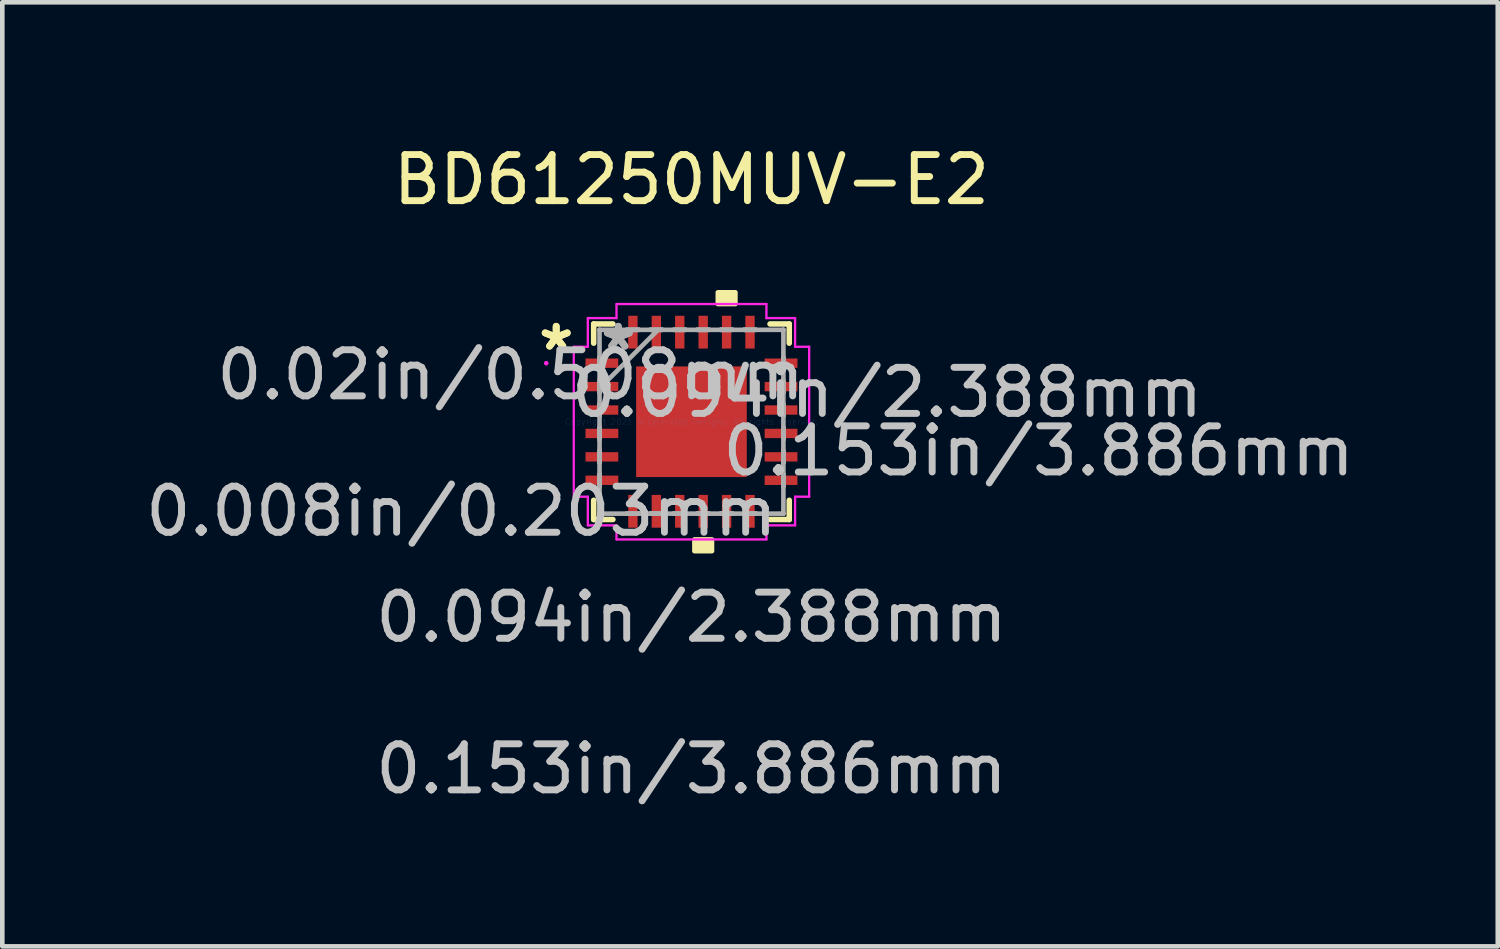
<source format=kicad_pcb>
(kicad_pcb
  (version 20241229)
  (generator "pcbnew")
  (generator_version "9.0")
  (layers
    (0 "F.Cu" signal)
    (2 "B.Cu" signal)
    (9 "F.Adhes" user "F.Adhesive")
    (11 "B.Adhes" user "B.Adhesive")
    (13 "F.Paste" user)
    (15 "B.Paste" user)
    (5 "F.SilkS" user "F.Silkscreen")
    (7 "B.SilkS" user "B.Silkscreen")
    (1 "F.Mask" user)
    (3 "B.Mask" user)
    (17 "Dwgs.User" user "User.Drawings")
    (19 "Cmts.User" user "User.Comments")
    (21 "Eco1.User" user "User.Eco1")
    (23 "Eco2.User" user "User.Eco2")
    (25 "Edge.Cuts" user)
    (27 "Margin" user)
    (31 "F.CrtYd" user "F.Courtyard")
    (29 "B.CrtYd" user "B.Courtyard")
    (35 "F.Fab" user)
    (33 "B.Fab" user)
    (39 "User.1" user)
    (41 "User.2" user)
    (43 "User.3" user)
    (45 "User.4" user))
  (footprint "BD61250MUV-E2"
    (layer "F.Cu")
    (at 11.949 6.098)
    (property "Reference" "BD61250MUV-E2" (at 0 -5.25 0) (layer "F.SilkS") (effects (font (size 1 1) (thickness 0.15))))
    (attr through_hole)
    (fp_poly (pts (xy 1.2 1.2) (xy -1.2 1.2) (xy -1.2 -1.2) (xy 1.2 -1.2)) (stroke (width 0) (type solid)) (fill yes) (layer "F.Cu"))
    (fp_poly (pts (xy 1.2 1.2) (xy -1.2 1.2) (xy -1.2 -1.2) (xy 1.2 -1.2)) (stroke (width 0) (type solid)) (fill yes) (layer "F.Mask"))
    (fp_line (start -2.121 -2.121) (end -2.121 -1.704) (stroke (width 0.12) (type solid)) (layer "F.SilkS"))
    (fp_line (start -2.121 1.704) (end -2.121 2.121) (stroke (width 0.12) (type solid)) (layer "F.SilkS"))
    (fp_line (start -2.121 2.121) (end -1.704 2.121) (stroke (width 0.12) (type solid)) (layer "F.SilkS"))
    (fp_line (start -1.704 -2.121) (end -2.121 -2.121) (stroke (width 0.12) (type solid)) (layer "F.SilkS"))
    (fp_line (start 1.704 2.121) (end 2.121 2.121) (stroke (width 0.12) (type solid)) (layer "F.SilkS"))
    (fp_line (start 2.121 -2.121) (end 1.704 -2.121) (stroke (width 0.12) (type solid)) (layer "F.SilkS"))
    (fp_line (start 2.121 -1.704) (end 2.121 -2.121) (stroke (width 0.12) (type solid)) (layer "F.SilkS"))
    (fp_line (start 2.121 2.121) (end 2.121 1.704) (stroke (width 0.12) (type solid)) (layer "F.SilkS"))
    (fp_poly (pts (xy 0.064 2.553) (xy 0.064 2.807) (xy 0.445 2.807) (xy 0.445 2.553)) (stroke (width 0.1) (type solid)) (fill yes) (layer "F.SilkS"))
    (fp_poly (pts (xy 0.572 -2.553) (xy 0.572 -2.807) (xy 0.953 -2.807) (xy 0.953 -2.553)) (stroke (width 0.1) (type solid)) (fill yes) (layer "F.SilkS"))
    (fp_poly (pts (xy -0.3 -0.3) (xy -0.9 -0.3) (xy -0.9 -0.9) (xy -0.3 -0.9)) (stroke (width 0) (type solid)) (fill yes) (layer "F.Paste"))
    (fp_poly (pts (xy -0.3 0.9) (xy -0.9 0.9) (xy -0.9 0.3) (xy -0.3 0.3)) (stroke (width 0) (type solid)) (fill yes) (layer "F.Paste"))
    (fp_poly (pts (xy 0.9 -0.3) (xy 0.3 -0.3) (xy 0.3 -0.9) (xy 0.9 -0.9)) (stroke (width 0) (type solid)) (fill yes) (layer "F.Paste"))
    (fp_poly (pts (xy 0.9 0.9) (xy 0.3 0.9) (xy 0.3 0.3) (xy 0.9 0.3)) (stroke (width 0) (type solid)) (fill yes) (layer "F.Paste"))
    (fp_line (start -2.553 -1.626) (end -2.248 -1.626) (stroke (width 0.05) (type solid)) (layer "F.CrtYd"))
    (fp_line (start -2.553 1.626) (end -2.553 -1.626) (stroke (width 0.05) (type solid)) (layer "F.CrtYd"))
    (fp_line (start -2.248 -2.248) (end -1.626 -2.248) (stroke (width 0.05) (type solid)) (layer "F.CrtYd"))
    (fp_line (start -2.248 -1.626) (end -2.248 -2.248) (stroke (width 0.05) (type solid)) (layer "F.CrtYd"))
    (fp_line (start -2.248 1.626) (end -2.553 1.626) (stroke (width 0.05) (type solid)) (layer "F.CrtYd"))
    (fp_line (start -2.248 2.248) (end -2.248 1.626) (stroke (width 0.05) (type solid)) (layer "F.CrtYd"))
    (fp_line (start -1.626 -2.553) (end 1.626 -2.553) (stroke (width 0.05) (type solid)) (layer "F.CrtYd"))
    (fp_line (start -1.626 -2.248) (end -1.626 -2.553) (stroke (width 0.05) (type solid)) (layer "F.CrtYd"))
    (fp_line (start -1.626 2.248) (end -2.248 2.248) (stroke (width 0.05) (type solid)) (layer "F.CrtYd"))
    (fp_line (start -1.626 2.553) (end -1.626 2.248) (stroke (width 0.05) (type solid)) (layer "F.CrtYd"))
    (fp_line (start 1.626 -2.553) (end 1.626 -2.248) (stroke (width 0.05) (type solid)) (layer "F.CrtYd"))
    (fp_line (start 1.626 -2.248) (end 2.248 -2.248) (stroke (width 0.05) (type solid)) (layer "F.CrtYd"))
    (fp_line (start 1.626 2.248) (end 1.626 2.553) (stroke (width 0.05) (type solid)) (layer "F.CrtYd"))
    (fp_line (start 1.626 2.553) (end -1.626 2.553) (stroke (width 0.05) (type solid)) (layer "F.CrtYd"))
    (fp_line (start 2.248 -2.248) (end 2.248 -1.626) (stroke (width 0.05) (type solid)) (layer "F.CrtYd"))
    (fp_line (start 2.248 -1.626) (end 2.553 -1.626) (stroke (width 0.05) (type solid)) (layer "F.CrtYd"))
    (fp_line (start 2.248 1.626) (end 2.248 2.248) (stroke (width 0.05) (type solid)) (layer "F.CrtYd"))
    (fp_line (start 2.248 2.248) (end 1.626 2.248) (stroke (width 0.05) (type solid)) (layer "F.CrtYd"))
    (fp_line (start 2.553 -1.626) (end 2.553 1.626) (stroke (width 0.05) (type solid)) (layer "F.CrtYd"))
    (fp_line (start 2.553 1.626) (end 2.248 1.626) (stroke (width 0.05) (type solid)) (layer "F.CrtYd"))
    (fp_circle (center -3.15 -1.27) (end -3.15 -1.27) (stroke (width 0.05) (type solid)) (fill no) (layer "F.CrtYd"))
    (fp_line (start -1.994 -1.994) (end -1.994 -1.994) (stroke (width 0.1) (type solid)) (layer "F.Fab"))
    (fp_line (start -1.994 -1.994) (end -1.994 1.994) (stroke (width 0.1) (type solid)) (layer "F.Fab"))
    (fp_line (start -1.994 -1.397) (end -1.994 -1.397) (stroke (width 0.1) (type solid)) (layer "F.Fab"))
    (fp_line (start -1.994 -1.397) (end -1.994 -1.143) (stroke (width 0.1) (type solid)) (layer "F.Fab"))
    (fp_line (start -1.994 -1.143) (end -1.994 -1.397) (stroke (width 0.1) (type solid)) (layer "F.Fab"))
    (fp_line (start -1.994 -1.143) (end -1.994 -1.143) (stroke (width 0.1) (type solid)) (layer "F.Fab"))
    (fp_line (start -1.994 -0.889) (end -1.994 -0.889) (stroke (width 0.1) (type solid)) (layer "F.Fab"))
    (fp_line (start -1.994 -0.889) (end -1.994 -0.635) (stroke (width 0.1) (type solid)) (layer "F.Fab"))
    (fp_line (start -1.994 -0.724) (end -0.724 -1.994) (stroke (width 0.1) (type solid)) (layer "F.Fab"))
    (fp_line (start -1.994 -0.635) (end -1.994 -0.889) (stroke (width 0.1) (type solid)) (layer "F.Fab"))
    (fp_line (start -1.994 -0.635) (end -1.994 -0.635) (stroke (width 0.1) (type solid)) (layer "F.Fab"))
    (fp_line (start -1.994 -0.381) (end -1.994 -0.381) (stroke (width 0.1) (type solid)) (layer "F.Fab"))
    (fp_line (start -1.994 -0.381) (end -1.994 -0.127) (stroke (width 0.1) (type solid)) (layer "F.Fab"))
    (fp_line (start -1.994 -0.127) (end -1.994 -0.381) (stroke (width 0.1) (type solid)) (layer "F.Fab"))
    (fp_line (start -1.994 -0.127) (end -1.994 -0.127) (stroke (width 0.1) (type solid)) (layer "F.Fab"))
    (fp_line (start -1.994 0.127) (end -1.994 0.127) (stroke (width 0.1) (type solid)) (layer "F.Fab"))
    (fp_line (start -1.994 0.127) (end -1.994 0.381) (stroke (width 0.1) (type solid)) (layer "F.Fab"))
    (fp_line (start -1.994 0.381) (end -1.994 0.127) (stroke (width 0.1) (type solid)) (layer "F.Fab"))
    (fp_line (start -1.994 0.381) (end -1.994 0.381) (stroke (width 0.1) (type solid)) (layer "F.Fab"))
    (fp_line (start -1.994 0.635) (end -1.994 0.635) (stroke (width 0.1) (type solid)) (layer "F.Fab"))
    (fp_line (start -1.994 0.635) (end -1.994 0.889) (stroke (width 0.1) (type solid)) (layer "F.Fab"))
    (fp_line (start -1.994 0.889) (end -1.994 0.635) (stroke (width 0.1) (type solid)) (layer "F.Fab"))
    (fp_line (start -1.994 0.889) (end -1.994 0.889) (stroke (width 0.1) (type solid)) (layer "F.Fab"))
    (fp_line (start -1.994 1.143) (end -1.994 1.143) (stroke (width 0.1) (type solid)) (layer "F.Fab"))
    (fp_line (start -1.994 1.143) (end -1.994 1.397) (stroke (width 0.1) (type solid)) (layer "F.Fab"))
    (fp_line (start -1.994 1.397) (end -1.994 1.143) (stroke (width 0.1) (type solid)) (layer "F.Fab"))
    (fp_line (start -1.994 1.397) (end -1.994 1.397) (stroke (width 0.1) (type solid)) (layer "F.Fab"))
    (fp_line (start -1.994 1.994) (end -1.994 1.994) (stroke (width 0.1) (type solid)) (layer "F.Fab"))
    (fp_line (start -1.994 1.994) (end 1.994 1.994) (stroke (width 0.1) (type solid)) (layer "F.Fab"))
    (fp_line (start -1.397 -1.994) (end -1.397 -1.994) (stroke (width 0.1) (type solid)) (layer "F.Fab"))
    (fp_line (start -1.397 -1.994) (end -1.143 -1.994) (stroke (width 0.1) (type solid)) (layer "F.Fab"))
    (fp_line (start -1.397 1.994) (end -1.397 1.994) (stroke (width 0.1) (type solid)) (layer "F.Fab"))
    (fp_line (start -1.397 1.994) (end -1.143 1.994) (stroke (width 0.1) (type solid)) (layer "F.Fab"))
    (fp_line (start -1.143 -1.994) (end -1.397 -1.994) (stroke (width 0.1) (type solid)) (layer "F.Fab"))
    (fp_line (start -1.143 -1.994) (end -1.143 -1.994) (stroke (width 0.1) (type solid)) (layer "F.Fab"))
    (fp_line (start -1.143 1.994) (end -1.397 1.994) (stroke (width 0.1) (type solid)) (layer "F.Fab"))
    (fp_line (start -1.143 1.994) (end -1.143 1.994) (stroke (width 0.1) (type solid)) (layer "F.Fab"))
    (fp_line (start -0.889 -1.994) (end -0.889 -1.994) (stroke (width 0.1) (type solid)) (layer "F.Fab"))
    (fp_line (start -0.889 -1.994) (end -0.635 -1.994) (stroke (width 0.1) (type solid)) (layer "F.Fab"))
    (fp_line (start -0.889 1.994) (end -0.889 1.994) (stroke (width 0.1) (type solid)) (layer "F.Fab"))
    (fp_line (start -0.889 1.994) (end -0.635 1.994) (stroke (width 0.1) (type solid)) (layer "F.Fab"))
    (fp_line (start -0.635 -1.994) (end -0.889 -1.994) (stroke (width 0.1) (type solid)) (layer "F.Fab"))
    (fp_line (start -0.635 -1.994) (end -0.635 -1.994) (stroke (width 0.1) (type solid)) (layer "F.Fab"))
    (fp_line (start -0.635 1.994) (end -0.889 1.994) (stroke (width 0.1) (type solid)) (layer "F.Fab"))
    (fp_line (start -0.635 1.994) (end -0.635 1.994) (stroke (width 0.1) (type solid)) (layer "F.Fab"))
    (fp_line (start -0.381 -1.994) (end -0.381 -1.994) (stroke (width 0.1) (type solid)) (layer "F.Fab"))
    (fp_line (start -0.381 -1.994) (end -0.127 -1.994) (stroke (width 0.1) (type solid)) (layer "F.Fab"))
    (fp_line (start -0.381 1.994) (end -0.381 1.994) (stroke (width 0.1) (type solid)) (layer "F.Fab"))
    (fp_line (start -0.381 1.994) (end -0.127 1.994) (stroke (width 0.1) (type solid)) (layer "F.Fab"))
    (fp_line (start -0.127 -1.994) (end -0.381 -1.994) (stroke (width 0.1) (type solid)) (layer "F.Fab"))
    (fp_line (start -0.127 -1.994) (end -0.127 -1.994) (stroke (width 0.1) (type solid)) (layer "F.Fab"))
    (fp_line (start -0.127 1.994) (end -0.381 1.994) (stroke (width 0.1) (type solid)) (layer "F.Fab"))
    (fp_line (start -0.127 1.994) (end -0.127 1.994) (stroke (width 0.1) (type solid)) (layer "F.Fab"))
    (fp_line (start 0.127 -1.994) (end 0.127 -1.994) (stroke (width 0.1) (type solid)) (layer "F.Fab"))
    (fp_line (start 0.127 -1.994) (end 0.381 -1.994) (stroke (width 0.1) (type solid)) (layer "F.Fab"))
    (fp_line (start 0.127 1.994) (end 0.127 1.994) (stroke (width 0.1) (type solid)) (layer "F.Fab"))
    (fp_line (start 0.127 1.994) (end 0.381 1.994) (stroke (width 0.1) (type solid)) (layer "F.Fab"))
    (fp_line (start 0.381 -1.994) (end 0.127 -1.994) (stroke (width 0.1) (type solid)) (layer "F.Fab"))
    (fp_line (start 0.381 -1.994) (end 0.381 -1.994) (stroke (width 0.1) (type solid)) (layer "F.Fab"))
    (fp_line (start 0.381 1.994) (end 0.127 1.994) (stroke (width 0.1) (type solid)) (layer "F.Fab"))
    (fp_line (start 0.381 1.994) (end 0.381 1.994) (stroke (width 0.1) (type solid)) (layer "F.Fab"))
    (fp_line (start 0.635 -1.994) (end 0.635 -1.994) (stroke (width 0.1) (type solid)) (layer "F.Fab"))
    (fp_line (start 0.635 -1.994) (end 0.889 -1.994) (stroke (width 0.1) (type solid)) (layer "F.Fab"))
    (fp_line (start 0.635 1.994) (end 0.635 1.994) (stroke (width 0.1) (type solid)) (layer "F.Fab"))
    (fp_line (start 0.635 1.994) (end 0.889 1.994) (stroke (width 0.1) (type solid)) (layer "F.Fab"))
    (fp_line (start 0.889 -1.994) (end 0.635 -1.994) (stroke (width 0.1) (type solid)) (layer "F.Fab"))
    (fp_line (start 0.889 -1.994) (end 0.889 -1.994) (stroke (width 0.1) (type solid)) (layer "F.Fab"))
    (fp_line (start 0.889 1.994) (end 0.635 1.994) (stroke (width 0.1) (type solid)) (layer "F.Fab"))
    (fp_line (start 0.889 1.994) (end 0.889 1.994) (stroke (width 0.1) (type solid)) (layer "F.Fab"))
    (fp_line (start 1.143 -1.994) (end 1.143 -1.994) (stroke (width 0.1) (type solid)) (layer "F.Fab"))
    (fp_line (start 1.143 -1.994) (end 1.397 -1.994) (stroke (width 0.1) (type solid)) (layer "F.Fab"))
    (fp_line (start 1.143 1.994) (end 1.143 1.994) (stroke (width 0.1) (type solid)) (layer "F.Fab"))
    (fp_line (start 1.143 1.994) (end 1.397 1.994) (stroke (width 0.1) (type solid)) (layer "F.Fab"))
    (fp_line (start 1.397 -1.994) (end 1.143 -1.994) (stroke (width 0.1) (type solid)) (layer "F.Fab"))
    (fp_line (start 1.397 -1.994) (end 1.397 -1.994) (stroke (width 0.1) (type solid)) (layer "F.Fab"))
    (fp_line (start 1.397 1.994) (end 1.143 1.994) (stroke (width 0.1) (type solid)) (layer "F.Fab"))
    (fp_line (start 1.397 1.994) (end 1.397 1.994) (stroke (width 0.1) (type solid)) (layer "F.Fab"))
    (fp_line (start 1.994 -1.994) (end -1.994 -1.994) (stroke (width 0.1) (type solid)) (layer "F.Fab"))
    (fp_line (start 1.994 -1.994) (end 1.994 -1.994) (stroke (width 0.1) (type solid)) (layer "F.Fab"))
    (fp_line (start 1.994 -1.397) (end 1.994 -1.397) (stroke (width 0.1) (type solid)) (layer "F.Fab"))
    (fp_line (start 1.994 -1.397) (end 1.994 -1.143) (stroke (width 0.1) (type solid)) (layer "F.Fab"))
    (fp_line (start 1.994 -1.143) (end 1.994 -1.397) (stroke (width 0.1) (type solid)) (layer "F.Fab"))
    (fp_line (start 1.994 -1.143) (end 1.994 -1.143) (stroke (width 0.1) (type solid)) (layer "F.Fab"))
    (fp_line (start 1.994 -0.889) (end 1.994 -0.889) (stroke (width 0.1) (type solid)) (layer "F.Fab"))
    (fp_line (start 1.994 -0.889) (end 1.994 -0.635) (stroke (width 0.1) (type solid)) (layer "F.Fab"))
    (fp_line (start 1.994 -0.635) (end 1.994 -0.889) (stroke (width 0.1) (type solid)) (layer "F.Fab"))
    (fp_line (start 1.994 -0.635) (end 1.994 -0.635) (stroke (width 0.1) (type solid)) (layer "F.Fab"))
    (fp_line (start 1.994 -0.381) (end 1.994 -0.381) (stroke (width 0.1) (type solid)) (layer "F.Fab"))
    (fp_line (start 1.994 -0.381) (end 1.994 -0.127) (stroke (width 0.1) (type solid)) (layer "F.Fab"))
    (fp_line (start 1.994 -0.127) (end 1.994 -0.381) (stroke (width 0.1) (type solid)) (layer "F.Fab"))
    (fp_line (start 1.994 -0.127) (end 1.994 -0.127) (stroke (width 0.1) (type solid)) (layer "F.Fab"))
    (fp_line (start 1.994 0.127) (end 1.994 0.127) (stroke (width 0.1) (type solid)) (layer "F.Fab"))
    (fp_line (start 1.994 0.127) (end 1.994 0.381) (stroke (width 0.1) (type solid)) (layer "F.Fab"))
    (fp_line (start 1.994 0.381) (end 1.994 0.127) (stroke (width 0.1) (type solid)) (layer "F.Fab"))
    (fp_line (start 1.994 0.381) (end 1.994 0.381) (stroke (width 0.1) (type solid)) (layer "F.Fab"))
    (fp_line (start 1.994 0.635) (end 1.994 0.635) (stroke (width 0.1) (type solid)) (layer "F.Fab"))
    (fp_line (start 1.994 0.635) (end 1.994 0.889) (stroke (width 0.1) (type solid)) (layer "F.Fab"))
    (fp_line (start 1.994 0.889) (end 1.994 0.635) (stroke (width 0.1) (type solid)) (layer "F.Fab"))
    (fp_line (start 1.994 0.889) (end 1.994 0.889) (stroke (width 0.1) (type solid)) (layer "F.Fab"))
    (fp_line (start 1.994 1.143) (end 1.994 1.143) (stroke (width 0.1) (type solid)) (layer "F.Fab"))
    (fp_line (start 1.994 1.143) (end 1.994 1.397) (stroke (width 0.1) (type solid)) (layer "F.Fab"))
    (fp_line (start 1.994 1.397) (end 1.994 1.143) (stroke (width 0.1) (type solid)) (layer "F.Fab"))
    (fp_line (start 1.994 1.397) (end 1.994 1.397) (stroke (width 0.1) (type solid)) (layer "F.Fab"))
    (fp_line (start 1.994 1.994) (end 1.994 -1.994) (stroke (width 0.1) (type solid)) (layer "F.Fab"))
    (fp_line (start 1.994 1.994) (end 1.994 1.994) (stroke (width 0.1) (type solid)) (layer "F.Fab"))
    (fp_text user "*" (at -2.934 -1.524 0) (layer "F.SilkS") (effects (font (size 1 1) (thickness 0.15))))
    (fp_text user "*" (at -2.934 -1.524 0) (layer "F.SilkS") (effects (font (size 1 1) (thickness 0.15))))
    (fp_text user "0.008in/0.203mm" (at -4.991 1.943 0) (layer "Dwgs.User") (effects (font (size 1 1) (thickness 0.15))))
    (fp_text user "0.094in/2.388mm" (at 0 4.242 0) (layer "Dwgs.User") (effects (font (size 1 1) (thickness 0.15))))
    (fp_text user "0.02in/0.508mm" (at -3.924 -1.016 0) (layer "Dwgs.User") (effects (font (size 1 1) (thickness 0.15))))
    (fp_text user "0.094in/2.388mm" (at 4.242 -0.635 0) (layer "Dwgs.User") (effects (font (size 1 1) (thickness 0.15))))
    (fp_text user "0.153in/3.886mm" (at 7.531 0.635 0) (layer "Dwgs.User") (effects (font (size 1 1) (thickness 0.15))))
    (fp_text user "0.153in/3.886mm" (at 0 7.531 0) (layer "Dwgs.User") (effects (font (size 1 1) (thickness 0.15))))
    (fp_text user "Copyright 2021 Accelerated Designs. All rights reserved." (at 0 0 0) (layer "Cmts.User") (effects (font (size 0.127 0.127) (thickness 0.002))))
    (fp_text user "*" (at -1.587 -1.524 0) (layer "F.Fab") (effects (font (size 1 1) (thickness 0.15))))
    (fp_text user "*" (at -1.587 -1.524 0) (layer "F.Fab") (effects (font (size 1 1) (thickness 0.15))))
    (pad "1" smd rect (at -1.943 -1.27 90) (size 0.203 0.711) (layers "F.Cu" "F.Mask" "F.Paste"))
    (pad "2" smd rect (at -1.943 -0.762 90) (size 0.203 0.711) (layers "F.Cu" "F.Mask" "F.Paste"))
    (pad "3" smd rect (at -1.943 -0.254 90) (size 0.203 0.711) (layers "F.Cu" "F.Mask" "F.Paste"))
    (pad "4" smd rect (at -1.943 0.254 90) (size 0.203 0.711) (layers "F.Cu" "F.Mask" "F.Paste"))
    (pad "5" smd rect (at -1.943 0.762 90) (size 0.203 0.711) (layers "F.Cu" "F.Mask" "F.Paste"))
    (pad "6" smd rect (at -1.943 1.27 90) (size 0.203 0.711) (layers "F.Cu" "F.Mask" "F.Paste"))
    (pad "7" smd rect (at -1.27 1.943) (size 0.203 0.711) (layers "F.Cu" "F.Mask" "F.Paste"))
    (pad "8" smd rect (at -0.762 1.943) (size 0.203 0.711) (layers "F.Cu" "F.Mask" "F.Paste"))
    (pad "9" smd rect (at -0.254 1.943) (size 0.203 0.711) (layers "F.Cu" "F.Mask" "F.Paste"))
    (pad "10" smd rect (at 0.254 1.943) (size 0.203 0.711) (layers "F.Cu" "F.Mask" "F.Paste"))
    (pad "11" smd rect (at 0.762 1.943) (size 0.203 0.711) (layers "F.Cu" "F.Mask" "F.Paste"))
    (pad "12" smd rect (at 1.27 1.943) (size 0.203 0.711) (layers "F.Cu" "F.Mask" "F.Paste"))
    (pad "13" smd rect (at 1.943 1.27 90) (size 0.203 0.711) (layers "F.Cu" "F.Mask" "F.Paste"))
    (pad "14" smd rect (at 1.943 0.762 90) (size 0.203 0.711) (layers "F.Cu" "F.Mask" "F.Paste"))
    (pad "15" smd rect (at 1.943 0.254 90) (size 0.203 0.711) (layers "F.Cu" "F.Mask" "F.Paste"))
    (pad "16" smd rect (at 1.943 -0.254 90) (size 0.203 0.711) (layers "F.Cu" "F.Mask" "F.Paste"))
    (pad "17" smd rect (at 1.943 -0.762 90) (size 0.203 0.711) (layers "F.Cu" "F.Mask" "F.Paste"))
    (pad "18" smd rect (at 1.943 -1.27 90) (size 0.203 0.711) (layers "F.Cu" "F.Mask" "F.Paste"))
    (pad "19" smd rect (at 1.27 -1.943) (size 0.203 0.711) (layers "F.Cu" "F.Mask" "F.Paste"))
    (pad "20" smd rect (at 0.762 -1.943) (size 0.203 0.711) (layers "F.Cu" "F.Mask" "F.Paste"))
    (pad "21" smd rect (at 0.254 -1.943) (size 0.203 0.711) (layers "F.Cu" "F.Mask" "F.Paste"))
    (pad "22" smd rect (at -0.254 -1.943) (size 0.203 0.711) (layers "F.Cu" "F.Mask" "F.Paste"))
    (pad "23" smd rect (at -0.762 -1.943) (size 0.203 0.711) (layers "F.Cu" "F.Mask" "F.Paste"))
    (pad "24" smd rect (at -1.27 -1.943) (size 0.203 0.711) (layers "F.Cu" "F.Mask" "F.Paste"))
    (pad "25" smd rect (at 0 0) (size 0.5 0.5) (layers "F.Cu" "F.Mask" "F.Paste")))
  (gr_rect
    (start -3 -3)
    (end 29.439 17.478)
    (stroke (width 0.1) (type default))
    (fill no)
    (layer "Edge.Cuts")))
</source>
